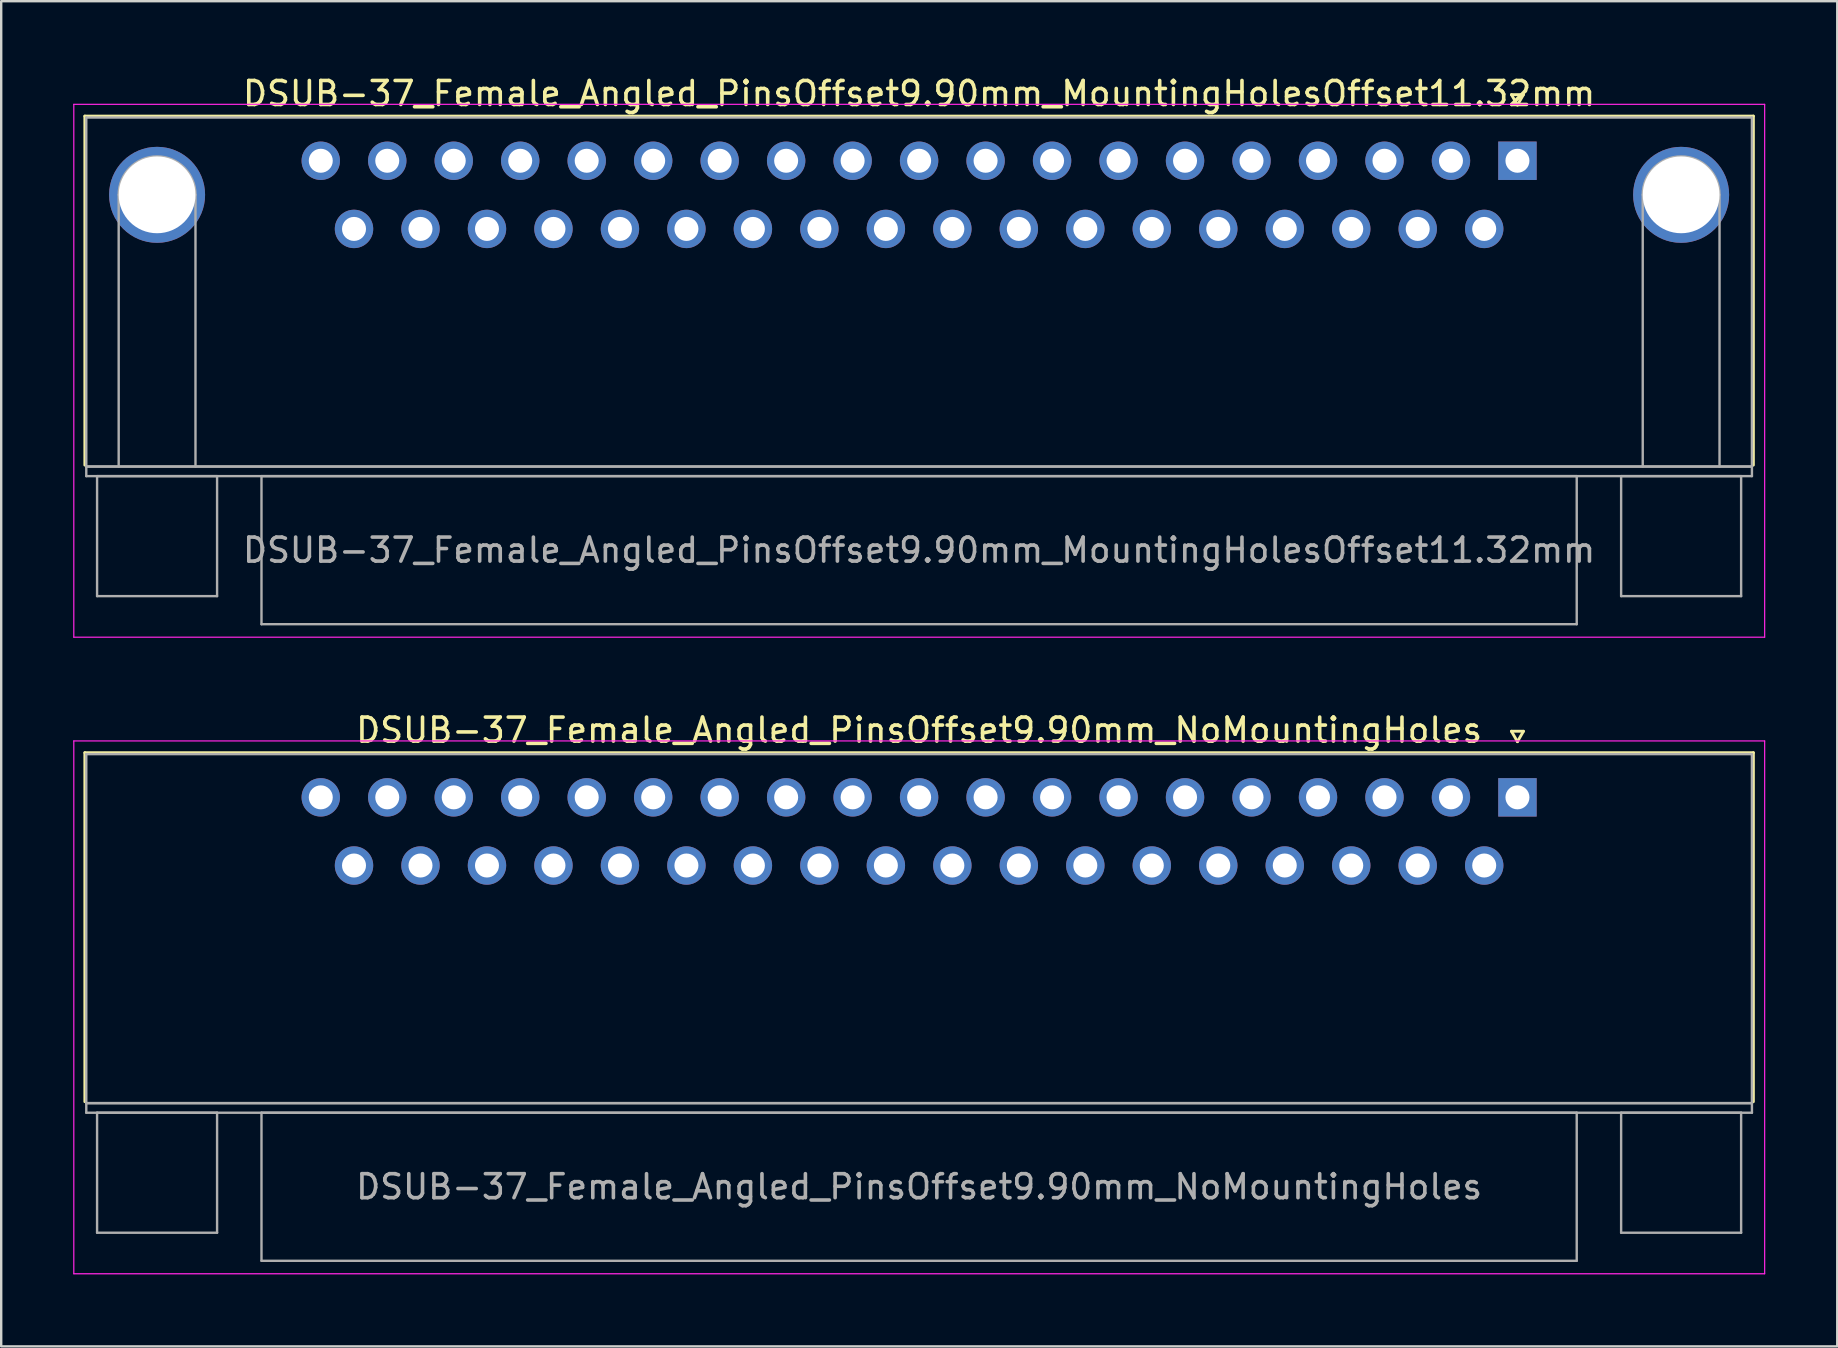
<source format=kicad_pcb>
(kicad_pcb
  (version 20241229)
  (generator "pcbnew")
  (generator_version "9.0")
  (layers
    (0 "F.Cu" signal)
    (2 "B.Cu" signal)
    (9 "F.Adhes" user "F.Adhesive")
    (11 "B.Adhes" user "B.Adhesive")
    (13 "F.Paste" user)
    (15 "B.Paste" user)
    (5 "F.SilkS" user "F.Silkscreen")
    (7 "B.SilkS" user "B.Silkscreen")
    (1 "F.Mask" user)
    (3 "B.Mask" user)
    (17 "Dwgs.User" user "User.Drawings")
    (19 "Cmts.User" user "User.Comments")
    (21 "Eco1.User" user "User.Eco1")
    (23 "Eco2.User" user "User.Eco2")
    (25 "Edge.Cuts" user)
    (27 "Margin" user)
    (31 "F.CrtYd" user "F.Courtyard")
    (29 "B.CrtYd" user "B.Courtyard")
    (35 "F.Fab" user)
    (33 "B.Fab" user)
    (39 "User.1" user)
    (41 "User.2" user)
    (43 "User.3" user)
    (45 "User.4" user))
  (footprint "DSUB-37_Female_Angled_PinsOffset9.90mm_MountingHolesOffset11.32mm"
    (layer "F.Cu")
    (at 60.175 3.648)
    (property "Reference" "DSUB-37_Female_Angled_PinsOffset9.90mm_MountingHolesOffset11.32mm" (at -24.93 -2.8 0) (layer "F.SilkS") (effects (font (size 1 1) (thickness 0.15))))
    (attr through_hole)
    (fp_line (start -59.69 -1.86) (end 9.83 -1.86) (stroke (width 0.12) (type solid)) (layer "F.SilkS"))
    (fp_line (start -59.69 12.68) (end -59.69 -1.86) (stroke (width 0.12) (type solid)) (layer "F.SilkS"))
    (fp_line (start -0.25 -2.754) (end 0.25 -2.754) (stroke (width 0.12) (type solid)) (layer "F.SilkS"))
    (fp_line (start 0 -2.321) (end -0.25 -2.754) (stroke (width 0.12) (type solid)) (layer "F.SilkS"))
    (fp_line (start 0.25 -2.754) (end 0 -2.321) (stroke (width 0.12) (type solid)) (layer "F.SilkS"))
    (fp_line (start 9.83 -1.86) (end 9.83 12.68) (stroke (width 0.12) (type solid)) (layer "F.SilkS"))
    (fp_line (start -60.15 -2.35) (end -60.15 19.85) (stroke (width 0.05) (type solid)) (layer "F.CrtYd"))
    (fp_line (start -60.15 19.85) (end 10.3 19.85) (stroke (width 0.05) (type solid)) (layer "F.CrtYd"))
    (fp_line (start 10.3 -2.35) (end -60.15 -2.35) (stroke (width 0.05) (type solid)) (layer "F.CrtYd"))
    (fp_line (start 10.3 19.85) (end 10.3 -2.35) (stroke (width 0.05) (type solid)) (layer "F.CrtYd"))
    (fp_line (start -59.63 -1.8) (end -59.63 12.74) (stroke (width 0.1) (type solid)) (layer "F.Fab"))
    (fp_line (start -59.63 12.74) (end -59.63 13.14) (stroke (width 0.1) (type solid)) (layer "F.Fab"))
    (fp_line (start -59.63 12.74) (end 9.77 12.74) (stroke (width 0.1) (type solid)) (layer "F.Fab"))
    (fp_line (start -59.63 13.14) (end 9.77 13.14) (stroke (width 0.1) (type solid)) (layer "F.Fab"))
    (fp_line (start -59.18 13.14) (end -59.18 18.14) (stroke (width 0.1) (type solid)) (layer "F.Fab"))
    (fp_line (start -59.18 18.14) (end -54.18 18.14) (stroke (width 0.1) (type solid)) (layer "F.Fab"))
    (fp_line (start -58.28 12.74) (end -58.28 1.42) (stroke (width 0.1) (type solid)) (layer "F.Fab"))
    (fp_line (start -55.08 12.74) (end -55.08 1.42) (stroke (width 0.1) (type solid)) (layer "F.Fab"))
    (fp_line (start -54.18 13.14) (end -59.18 13.14) (stroke (width 0.1) (type solid)) (layer "F.Fab"))
    (fp_line (start -54.18 18.14) (end -54.18 13.14) (stroke (width 0.1) (type solid)) (layer "F.Fab"))
    (fp_line (start -52.33 13.14) (end -52.33 19.31) (stroke (width 0.1) (type solid)) (layer "F.Fab"))
    (fp_line (start -52.33 19.31) (end 2.47 19.31) (stroke (width 0.1) (type solid)) (layer "F.Fab"))
    (fp_line (start 2.47 13.14) (end -52.33 13.14) (stroke (width 0.1) (type solid)) (layer "F.Fab"))
    (fp_line (start 2.47 19.31) (end 2.47 13.14) (stroke (width 0.1) (type solid)) (layer "F.Fab"))
    (fp_line (start 4.32 13.14) (end 4.32 18.14) (stroke (width 0.1) (type solid)) (layer "F.Fab"))
    (fp_line (start 4.32 18.14) (end 9.32 18.14) (stroke (width 0.1) (type solid)) (layer "F.Fab"))
    (fp_line (start 5.22 12.74) (end 5.22 1.42) (stroke (width 0.1) (type solid)) (layer "F.Fab"))
    (fp_line (start 8.42 12.74) (end 8.42 1.42) (stroke (width 0.1) (type solid)) (layer "F.Fab"))
    (fp_line (start 9.32 13.14) (end 4.32 13.14) (stroke (width 0.1) (type solid)) (layer "F.Fab"))
    (fp_line (start 9.32 18.14) (end 9.32 13.14) (stroke (width 0.1) (type solid)) (layer "F.Fab"))
    (fp_line (start 9.77 -1.8) (end -59.63 -1.8) (stroke (width 0.1) (type solid)) (layer "F.Fab"))
    (fp_line (start 9.77 12.74) (end -59.63 12.74) (stroke (width 0.1) (type solid)) (layer "F.Fab"))
    (fp_line (start 9.77 12.74) (end 9.77 -1.8) (stroke (width 0.1) (type solid)) (layer "F.Fab"))
    (fp_line (start 9.77 13.14) (end 9.77 12.74) (stroke (width 0.1) (type solid)) (layer "F.Fab"))
    (fp_arc (start -58.28 1.42) (mid -56.68 -0.18) (end -55.08 1.42) (stroke (width 0.1) (type solid)) (layer "F.Fab"))
    (fp_arc (start 5.22 1.42) (mid 6.82 -0.18) (end 8.42 1.42) (stroke (width 0.1) (type solid)) (layer "F.Fab"))
    (fp_text user "${REFERENCE}" (at -24.93 16.225 0) (layer "F.Fab") (effects (font (size 1 1) (thickness 0.15))))
    (pad "0" thru_hole circle (at -56.68 1.42) (size 4 4) (drill 3.2) (layers "*.Cu" "*.Mask"))
    (pad "0" thru_hole circle (at 6.82 1.42) (size 4 4) (drill 3.2) (layers "*.Cu" "*.Mask"))
    (pad "1" thru_hole rect (at 0 0) (size 1.6 1.6) (drill 1) (layers "*.Cu" "*.Mask"))
    (pad "2" thru_hole circle (at -2.77 0) (size 1.6 1.6) (drill 1) (layers "*.Cu" "*.Mask"))
    (pad "3" thru_hole circle (at -5.54 0) (size 1.6 1.6) (drill 1) (layers "*.Cu" "*.Mask"))
    (pad "4" thru_hole circle (at -8.31 0) (size 1.6 1.6) (drill 1) (layers "*.Cu" "*.Mask"))
    (pad "5" thru_hole circle (at -11.08 0) (size 1.6 1.6) (drill 1) (layers "*.Cu" "*.Mask"))
    (pad "6" thru_hole circle (at -13.85 0) (size 1.6 1.6) (drill 1) (layers "*.Cu" "*.Mask"))
    (pad "7" thru_hole circle (at -16.62 0) (size 1.6 1.6) (drill 1) (layers "*.Cu" "*.Mask"))
    (pad "8" thru_hole circle (at -19.39 0) (size 1.6 1.6) (drill 1) (layers "*.Cu" "*.Mask"))
    (pad "9" thru_hole circle (at -22.16 0) (size 1.6 1.6) (drill 1) (layers "*.Cu" "*.Mask"))
    (pad "10" thru_hole circle (at -24.93 0) (size 1.6 1.6) (drill 1) (layers "*.Cu" "*.Mask"))
    (pad "11" thru_hole circle (at -27.7 0) (size 1.6 1.6) (drill 1) (layers "*.Cu" "*.Mask"))
    (pad "12" thru_hole circle (at -30.47 0) (size 1.6 1.6) (drill 1) (layers "*.Cu" "*.Mask"))
    (pad "13" thru_hole circle (at -33.24 0) (size 1.6 1.6) (drill 1) (layers "*.Cu" "*.Mask"))
    (pad "14" thru_hole circle (at -36.01 0) (size 1.6 1.6) (drill 1) (layers "*.Cu" "*.Mask"))
    (pad "15" thru_hole circle (at -38.78 0) (size 1.6 1.6) (drill 1) (layers "*.Cu" "*.Mask"))
    (pad "16" thru_hole circle (at -41.55 0) (size 1.6 1.6) (drill 1) (layers "*.Cu" "*.Mask"))
    (pad "17" thru_hole circle (at -44.32 0) (size 1.6 1.6) (drill 1) (layers "*.Cu" "*.Mask"))
    (pad "18" thru_hole circle (at -47.09 0) (size 1.6 1.6) (drill 1) (layers "*.Cu" "*.Mask"))
    (pad "19" thru_hole circle (at -49.86 0) (size 1.6 1.6) (drill 1) (layers "*.Cu" "*.Mask"))
    (pad "20" thru_hole circle (at -1.385 2.84) (size 1.6 1.6) (drill 1) (layers "*.Cu" "*.Mask"))
    (pad "21" thru_hole circle (at -4.155 2.84) (size 1.6 1.6) (drill 1) (layers "*.Cu" "*.Mask"))
    (pad "22" thru_hole circle (at -6.925 2.84) (size 1.6 1.6) (drill 1) (layers "*.Cu" "*.Mask"))
    (pad "23" thru_hole circle (at -9.695 2.84) (size 1.6 1.6) (drill 1) (layers "*.Cu" "*.Mask"))
    (pad "24" thru_hole circle (at -12.465 2.84) (size 1.6 1.6) (drill 1) (layers "*.Cu" "*.Mask"))
    (pad "25" thru_hole circle (at -15.235 2.84) (size 1.6 1.6) (drill 1) (layers "*.Cu" "*.Mask"))
    (pad "26" thru_hole circle (at -18.005 2.84) (size 1.6 1.6) (drill 1) (layers "*.Cu" "*.Mask"))
    (pad "27" thru_hole circle (at -20.775 2.84) (size 1.6 1.6) (drill 1) (layers "*.Cu" "*.Mask"))
    (pad "28" thru_hole circle (at -23.545 2.84) (size 1.6 1.6) (drill 1) (layers "*.Cu" "*.Mask"))
    (pad "29" thru_hole circle (at -26.315 2.84) (size 1.6 1.6) (drill 1) (layers "*.Cu" "*.Mask"))
    (pad "30" thru_hole circle (at -29.085 2.84) (size 1.6 1.6) (drill 1) (layers "*.Cu" "*.Mask"))
    (pad "31" thru_hole circle (at -31.855 2.84) (size 1.6 1.6) (drill 1) (layers "*.Cu" "*.Mask"))
    (pad "32" thru_hole circle (at -34.625 2.84) (size 1.6 1.6) (drill 1) (layers "*.Cu" "*.Mask"))
    (pad "33" thru_hole circle (at -37.395 2.84) (size 1.6 1.6) (drill 1) (layers "*.Cu" "*.Mask"))
    (pad "34" thru_hole circle (at -40.165 2.84) (size 1.6 1.6) (drill 1) (layers "*.Cu" "*.Mask"))
    (pad "35" thru_hole circle (at -42.935 2.84) (size 1.6 1.6) (drill 1) (layers "*.Cu" "*.Mask"))
    (pad "36" thru_hole circle (at -45.705 2.84) (size 1.6 1.6) (drill 1) (layers "*.Cu" "*.Mask"))
    (pad "37" thru_hole circle (at -48.475 2.84) (size 1.6 1.6) (drill 1) (layers "*.Cu" "*.Mask")))
  (footprint "DSUB-37_Female_Angled_PinsOffset9.90mm_NoMountingHoles"
    (layer "F.Cu")
    (at 60.175 30.172)
    (property "Reference" "DSUB-37_Female_Angled_PinsOffset9.90mm_NoMountingHoles" (at -24.93 -2.8 0) (layer "F.SilkS") (effects (font (size 1 1) (thickness 0.15))))
    (attr through_hole)
    (fp_line (start -59.69 -1.86) (end 9.83 -1.86) (stroke (width 0.12) (type solid)) (layer "F.SilkS"))
    (fp_line (start -59.69 12.68) (end -59.69 -1.86) (stroke (width 0.12) (type solid)) (layer "F.SilkS"))
    (fp_line (start -0.25 -2.754) (end 0.25 -2.754) (stroke (width 0.12) (type solid)) (layer "F.SilkS"))
    (fp_line (start 0 -2.321) (end -0.25 -2.754) (stroke (width 0.12) (type solid)) (layer "F.SilkS"))
    (fp_line (start 0.25 -2.754) (end 0 -2.321) (stroke (width 0.12) (type solid)) (layer "F.SilkS"))
    (fp_line (start 9.83 -1.86) (end 9.83 12.68) (stroke (width 0.12) (type solid)) (layer "F.SilkS"))
    (fp_line (start -60.15 -2.35) (end -60.15 19.85) (stroke (width 0.05) (type solid)) (layer "F.CrtYd"))
    (fp_line (start -60.15 19.85) (end 10.3 19.85) (stroke (width 0.05) (type solid)) (layer "F.CrtYd"))
    (fp_line (start 10.3 -2.35) (end -60.15 -2.35) (stroke (width 0.05) (type solid)) (layer "F.CrtYd"))
    (fp_line (start 10.3 19.85) (end 10.3 -2.35) (stroke (width 0.05) (type solid)) (layer "F.CrtYd"))
    (fp_line (start -59.63 -1.8) (end -59.63 12.74) (stroke (width 0.1) (type solid)) (layer "F.Fab"))
    (fp_line (start -59.63 12.74) (end -59.63 13.14) (stroke (width 0.1) (type solid)) (layer "F.Fab"))
    (fp_line (start -59.63 12.74) (end 9.77 12.74) (stroke (width 0.1) (type solid)) (layer "F.Fab"))
    (fp_line (start -59.63 13.14) (end 9.77 13.14) (stroke (width 0.1) (type solid)) (layer "F.Fab"))
    (fp_line (start -59.18 13.14) (end -59.18 18.14) (stroke (width 0.1) (type solid)) (layer "F.Fab"))
    (fp_line (start -59.18 18.14) (end -54.18 18.14) (stroke (width 0.1) (type solid)) (layer "F.Fab"))
    (fp_line (start -54.18 13.14) (end -59.18 13.14) (stroke (width 0.1) (type solid)) (layer "F.Fab"))
    (fp_line (start -54.18 18.14) (end -54.18 13.14) (stroke (width 0.1) (type solid)) (layer "F.Fab"))
    (fp_line (start -52.33 13.14) (end -52.33 19.31) (stroke (width 0.1) (type solid)) (layer "F.Fab"))
    (fp_line (start -52.33 19.31) (end 2.47 19.31) (stroke (width 0.1) (type solid)) (layer "F.Fab"))
    (fp_line (start 2.47 13.14) (end -52.33 13.14) (stroke (width 0.1) (type solid)) (layer "F.Fab"))
    (fp_line (start 2.47 19.31) (end 2.47 13.14) (stroke (width 0.1) (type solid)) (layer "F.Fab"))
    (fp_line (start 4.32 13.14) (end 4.32 18.14) (stroke (width 0.1) (type solid)) (layer "F.Fab"))
    (fp_line (start 4.32 18.14) (end 9.32 18.14) (stroke (width 0.1) (type solid)) (layer "F.Fab"))
    (fp_line (start 9.32 13.14) (end 4.32 13.14) (stroke (width 0.1) (type solid)) (layer "F.Fab"))
    (fp_line (start 9.32 18.14) (end 9.32 13.14) (stroke (width 0.1) (type solid)) (layer "F.Fab"))
    (fp_line (start 9.77 -1.8) (end -59.63 -1.8) (stroke (width 0.1) (type solid)) (layer "F.Fab"))
    (fp_line (start 9.77 12.74) (end -59.63 12.74) (stroke (width 0.1) (type solid)) (layer "F.Fab"))
    (fp_line (start 9.77 12.74) (end 9.77 -1.8) (stroke (width 0.1) (type solid)) (layer "F.Fab"))
    (fp_line (start 9.77 13.14) (end 9.77 12.74) (stroke (width 0.1) (type solid)) (layer "F.Fab"))
    (fp_text user "${REFERENCE}" (at -24.93 16.225 0) (layer "F.Fab") (effects (font (size 1 1) (thickness 0.15))))
    (pad "1" thru_hole rect (at 0 0) (size 1.6 1.6) (drill 1) (layers "*.Cu" "*.Mask"))
    (pad "2" thru_hole circle (at -2.77 0) (size 1.6 1.6) (drill 1) (layers "*.Cu" "*.Mask"))
    (pad "3" thru_hole circle (at -5.54 0) (size 1.6 1.6) (drill 1) (layers "*.Cu" "*.Mask"))
    (pad "4" thru_hole circle (at -8.31 0) (size 1.6 1.6) (drill 1) (layers "*.Cu" "*.Mask"))
    (pad "5" thru_hole circle (at -11.08 0) (size 1.6 1.6) (drill 1) (layers "*.Cu" "*.Mask"))
    (pad "6" thru_hole circle (at -13.85 0) (size 1.6 1.6) (drill 1) (layers "*.Cu" "*.Mask"))
    (pad "7" thru_hole circle (at -16.62 0) (size 1.6 1.6) (drill 1) (layers "*.Cu" "*.Mask"))
    (pad "8" thru_hole circle (at -19.39 0) (size 1.6 1.6) (drill 1) (layers "*.Cu" "*.Mask"))
    (pad "9" thru_hole circle (at -22.16 0) (size 1.6 1.6) (drill 1) (layers "*.Cu" "*.Mask"))
    (pad "10" thru_hole circle (at -24.93 0) (size 1.6 1.6) (drill 1) (layers "*.Cu" "*.Mask"))
    (pad "11" thru_hole circle (at -27.7 0) (size 1.6 1.6) (drill 1) (layers "*.Cu" "*.Mask"))
    (pad "12" thru_hole circle (at -30.47 0) (size 1.6 1.6) (drill 1) (layers "*.Cu" "*.Mask"))
    (pad "13" thru_hole circle (at -33.24 0) (size 1.6 1.6) (drill 1) (layers "*.Cu" "*.Mask"))
    (pad "14" thru_hole circle (at -36.01 0) (size 1.6 1.6) (drill 1) (layers "*.Cu" "*.Mask"))
    (pad "15" thru_hole circle (at -38.78 0) (size 1.6 1.6) (drill 1) (layers "*.Cu" "*.Mask"))
    (pad "16" thru_hole circle (at -41.55 0) (size 1.6 1.6) (drill 1) (layers "*.Cu" "*.Mask"))
    (pad "17" thru_hole circle (at -44.32 0) (size 1.6 1.6) (drill 1) (layers "*.Cu" "*.Mask"))
    (pad "18" thru_hole circle (at -47.09 0) (size 1.6 1.6) (drill 1) (layers "*.Cu" "*.Mask"))
    (pad "19" thru_hole circle (at -49.86 0) (size 1.6 1.6) (drill 1) (layers "*.Cu" "*.Mask"))
    (pad "20" thru_hole circle (at -1.385 2.84) (size 1.6 1.6) (drill 1) (layers "*.Cu" "*.Mask"))
    (pad "21" thru_hole circle (at -4.155 2.84) (size 1.6 1.6) (drill 1) (layers "*.Cu" "*.Mask"))
    (pad "22" thru_hole circle (at -6.925 2.84) (size 1.6 1.6) (drill 1) (layers "*.Cu" "*.Mask"))
    (pad "23" thru_hole circle (at -9.695 2.84) (size 1.6 1.6) (drill 1) (layers "*.Cu" "*.Mask"))
    (pad "24" thru_hole circle (at -12.465 2.84) (size 1.6 1.6) (drill 1) (layers "*.Cu" "*.Mask"))
    (pad "25" thru_hole circle (at -15.235 2.84) (size 1.6 1.6) (drill 1) (layers "*.Cu" "*.Mask"))
    (pad "26" thru_hole circle (at -18.005 2.84) (size 1.6 1.6) (drill 1) (layers "*.Cu" "*.Mask"))
    (pad "27" thru_hole circle (at -20.775 2.84) (size 1.6 1.6) (drill 1) (layers "*.Cu" "*.Mask"))
    (pad "28" thru_hole circle (at -23.545 2.84) (size 1.6 1.6) (drill 1) (layers "*.Cu" "*.Mask"))
    (pad "29" thru_hole circle (at -26.315 2.84) (size 1.6 1.6) (drill 1) (layers "*.Cu" "*.Mask"))
    (pad "30" thru_hole circle (at -29.085 2.84) (size 1.6 1.6) (drill 1) (layers "*.Cu" "*.Mask"))
    (pad "31" thru_hole circle (at -31.855 2.84) (size 1.6 1.6) (drill 1) (layers "*.Cu" "*.Mask"))
    (pad "32" thru_hole circle (at -34.625 2.84) (size 1.6 1.6) (drill 1) (layers "*.Cu" "*.Mask"))
    (pad "33" thru_hole circle (at -37.395 2.84) (size 1.6 1.6) (drill 1) (layers "*.Cu" "*.Mask"))
    (pad "34" thru_hole circle (at -40.165 2.84) (size 1.6 1.6) (drill 1) (layers "*.Cu" "*.Mask"))
    (pad "35" thru_hole circle (at -42.935 2.84) (size 1.6 1.6) (drill 1) (layers "*.Cu" "*.Mask"))
    (pad "36" thru_hole circle (at -45.705 2.84) (size 1.6 1.6) (drill 1) (layers "*.Cu" "*.Mask"))
    (pad "37" thru_hole circle (at -48.475 2.84) (size 1.6 1.6) (drill 1) (layers "*.Cu" "*.Mask")))
  (gr_rect
    (start -3 -3)
    (end 73.5 53.047)
    (stroke (width 0.1) (type default))
    (fill no)
    (layer "Edge.Cuts")))
</source>
